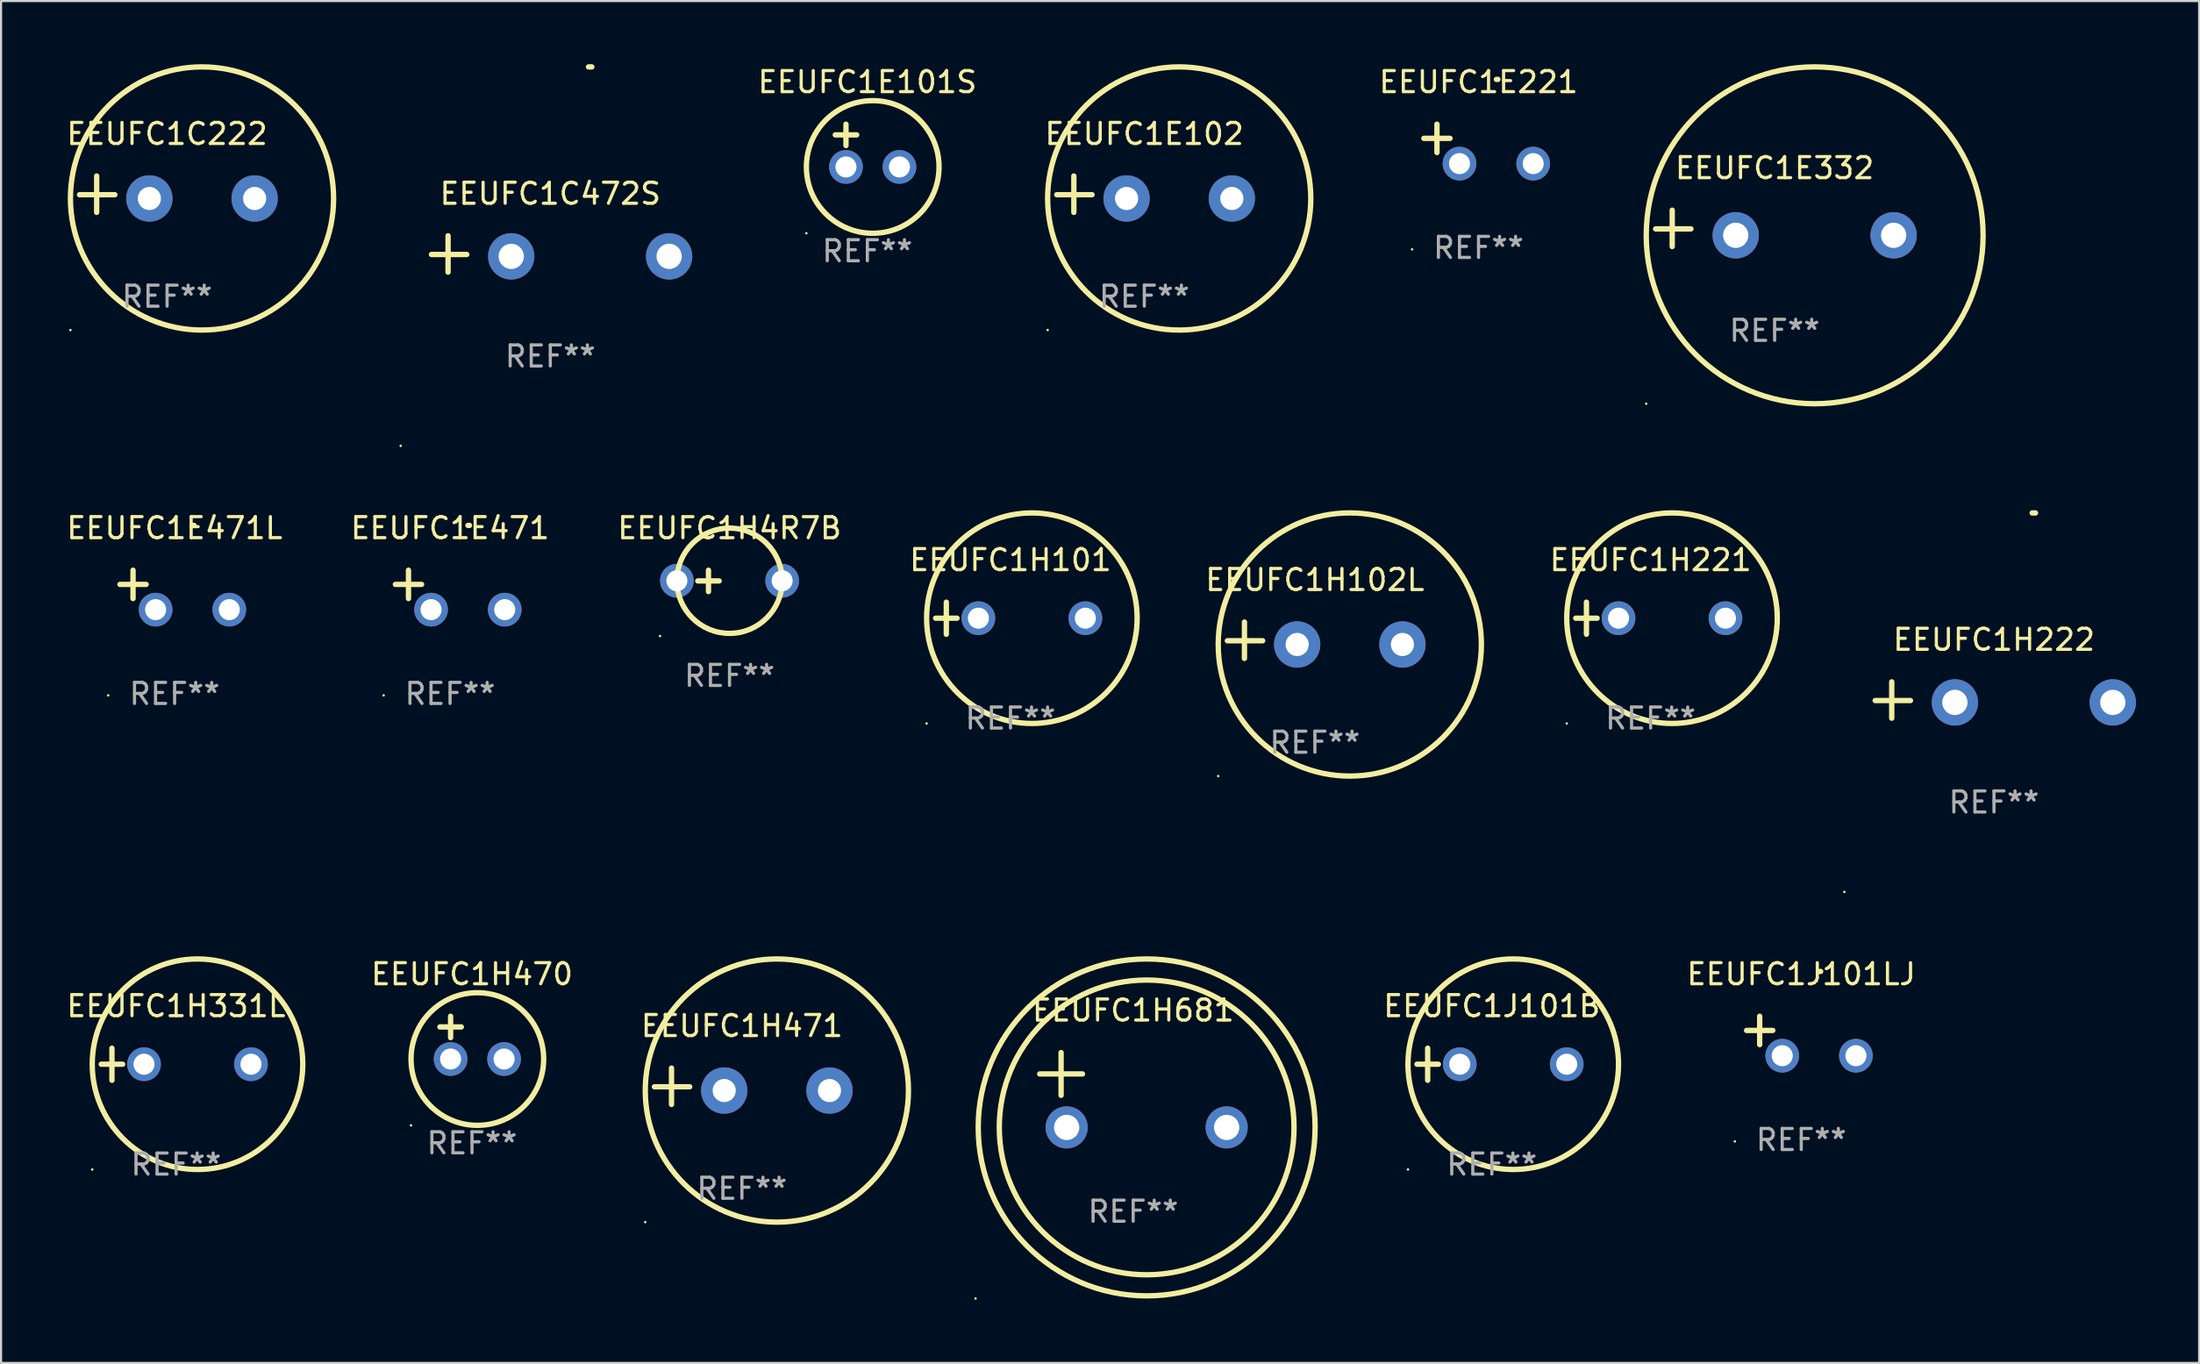
<source format=kicad_pcb>
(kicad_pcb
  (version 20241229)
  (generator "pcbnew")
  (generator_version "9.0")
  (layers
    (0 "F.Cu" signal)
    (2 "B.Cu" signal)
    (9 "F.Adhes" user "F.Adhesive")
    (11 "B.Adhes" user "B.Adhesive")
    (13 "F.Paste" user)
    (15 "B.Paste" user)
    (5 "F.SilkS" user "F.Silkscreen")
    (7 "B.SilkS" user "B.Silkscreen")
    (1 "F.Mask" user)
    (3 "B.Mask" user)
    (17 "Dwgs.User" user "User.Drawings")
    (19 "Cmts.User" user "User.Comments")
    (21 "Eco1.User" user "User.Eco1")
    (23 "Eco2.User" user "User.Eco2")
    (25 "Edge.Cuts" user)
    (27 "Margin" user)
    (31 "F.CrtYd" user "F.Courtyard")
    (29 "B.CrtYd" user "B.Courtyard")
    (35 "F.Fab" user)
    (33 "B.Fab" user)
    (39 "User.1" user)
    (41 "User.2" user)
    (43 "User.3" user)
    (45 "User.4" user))
  (footprint "EEUFC1E102"
    (layer "F.Cu")
    (at 51.302 6.174)
    (property "Reference" "EEUFC1E102" (at 0 -2.864 0) (layer "F.SilkS") (effects (font (size 1 1) (thickness 0.15))))
    (attr through_hole)
    (fp_line (start -3.346 0.864) (end -3.346 -0.864) (stroke (width 0.254) (type solid)) (layer "F.SilkS"))
    (fp_line (start -2.482 0.025) (end -4.158 0.025) (stroke (width 0.254) (type solid)) (layer "F.SilkS"))
    (fp_circle (center -4.592 6.453) (end -4.562 6.453) (stroke (width 0.06) (type solid)) (fill no) (layer "F.SilkS"))
    (fp_circle (center 1.658 0.203) (end 7.908 0.203) (stroke (width 0.254) (type solid)) (fill no) (layer "F.SilkS"))
    (fp_text user "REF**" (at 0 4.864 0) (layer "F.Fab") (effects (font (size 1 1) (thickness 0.15))))
    (pad "1" thru_hole circle (at -0.842 0.203) (size 2.2 2.2) (drill 1.1) (layers "*.Cu" "*.Mask"))
    (pad "2" thru_hole circle (at 4.158 0.203) (size 2.2 2.2) (drill 1.1) (layers "*.Cu" "*.Mask")))
  (footprint "EEUFC1E332"
    (layer "F.Cu")
    (at 81.241 7.797)
    (property "Reference" "EEUFC1E332" (at 0 -2.864 0) (layer "F.SilkS") (effects (font (size 1 1) (thickness 0.15))))
    (attr through_hole)
    (fp_line (start -4.864 0.864) (end -4.864 -0.864) (stroke (width 0.254) (type solid)) (layer "F.SilkS"))
    (fp_line (start -3.975 0.025) (end -5.652 0.025) (stroke (width 0.254) (type solid)) (layer "F.SilkS"))
    (fp_circle (center -6.098 8.33) (end -6.068 8.33) (stroke (width 0.06) (type solid)) (fill no) (layer "F.SilkS"))
    (fp_circle (center 1.902 0.33) (end 9.902 0.33) (stroke (width 0.254) (type solid)) (fill no) (layer "F.SilkS"))
    (fp_text user "REF**" (at 0 4.864 0) (layer "F.Fab") (effects (font (size 1 1) (thickness 0.15))))
    (pad "1" thru_hole circle (at -1.848 0.33) (size 2.2 2.2) (drill 1.2) (layers "*.Cu" "*.Mask"))
    (pad "2" thru_hole circle (at 5.652 0.33) (size 2.2 2.2) (drill 1.2) (layers "*.Cu" "*.Mask")))
  (footprint "EEUFC1E101S"
    (layer "F.Cu")
    (at 38.148 3.864)
    (property "Reference" "EEUFC1E101S" (at 0 -3.016 0) (layer "F.SilkS") (effects (font (size 1 1) (thickness 0.15))))
    (attr through_hole)
    (fp_line (start -1.524 -0.508) (end -0.508 -0.508) (stroke (width 0.254) (type solid)) (layer "F.SilkS"))
    (fp_line (start -1.016 -1.016) (end -1.016 0) (stroke (width 0.254) (type solid)) (layer "F.SilkS"))
    (fp_circle (center -2.896 4.166) (end -2.866 4.166) (stroke (width 0.06) (type solid)) (fill no) (layer "F.SilkS"))
    (fp_circle (center 0.254 1.016) (end 3.404 1.016) (stroke (width 0.254) (type solid)) (fill no) (layer "F.SilkS"))
    (fp_text user "REF**" (at 0 5.016 0) (layer "F.Fab") (effects (font (size 1 1) (thickness 0.15))))
    (pad "1" thru_hole circle (at -1.016 1.016) (size 1.6 1.6) (drill 1) (layers "*.Cu" "*.Mask"))
    (pad "2" thru_hole circle (at 1.524 1.016) (size 1.6 1.6) (drill 1) (layers "*.Cu" "*.Mask")))
  (footprint "EEUFC1H470"
    (layer "F.Cu")
    (at 19.369 46.237)
    (property "Reference" "EEUFC1H470" (at 0 -3.016 0) (layer "F.SilkS") (effects (font (size 1 1) (thickness 0.15))))
    (attr through_hole)
    (fp_line (start -1.524 -0.508) (end -0.508 -0.508) (stroke (width 0.254) (type solid)) (layer "F.SilkS"))
    (fp_line (start -1.016 -1.016) (end -1.016 0) (stroke (width 0.254) (type solid)) (layer "F.SilkS"))
    (fp_circle (center -2.896 4.166) (end -2.866 4.166) (stroke (width 0.06) (type solid)) (fill no) (layer "F.SilkS"))
    (fp_circle (center 0.254 1.016) (end 3.404 1.016) (stroke (width 0.254) (type solid)) (fill no) (layer "F.SilkS"))
    (fp_text user "REF**" (at 0 5.016 0) (layer "F.Fab") (effects (font (size 1 1) (thickness 0.15))))
    (pad "1" thru_hole circle (at -1.016 1.016) (size 1.6 1.6) (drill 1) (layers "*.Cu" "*.Mask"))
    (pad "2" thru_hole circle (at 1.524 1.016) (size 1.6 1.6) (drill 1) (layers "*.Cu" "*.Mask")))
  (footprint "EEUFC1H221"
    (layer "F.Cu")
    (at 75.351 26.314)
    (property "Reference" "EEUFC1H221" (at 0 -2.762 0) (layer "F.SilkS") (effects (font (size 1 1) (thickness 0.15))))
    (attr through_hole)
    (fp_line (start -3.556 0) (end -2.54 0) (stroke (width 0.254) (type solid)) (layer "F.SilkS"))
    (fp_line (start -3.048 -0.762) (end -3.048 0.762) (stroke (width 0.254) (type solid)) (layer "F.SilkS"))
    (fp_circle (center -3.984 5) (end -3.954 5) (stroke (width 0.06) (type solid)) (fill no) (layer "F.SilkS"))
    (fp_circle (center 1.016 0) (end 6.016 0) (stroke (width 0.254) (type solid)) (fill no) (layer "F.SilkS"))
    (fp_text user "REF**" (at 0 4.762 0) (layer "F.Fab") (effects (font (size 1 1) (thickness 0.15))))
    (pad "1" thru_hole circle (at -1.524 0) (size 1.6 1.6) (drill 1) (layers "*.Cu" "*.Mask"))
    (pad "2" thru_hole circle (at 3.556 0) (size 1.6 1.6) (drill 1) (layers "*.Cu" "*.Mask")))
  (footprint "EEUFC1H102L"
    (layer "F.Cu")
    (at 59.405 27.36)
    (property "Reference" "EEUFC1H102L" (at 0 -2.864 0) (layer "F.SilkS") (effects (font (size 1 1) (thickness 0.15))))
    (attr through_hole)
    (fp_line (start -3.346 0.864) (end -3.346 -0.864) (stroke (width 0.254) (type solid)) (layer "F.SilkS"))
    (fp_line (start -2.482 0.025) (end -4.158 0.025) (stroke (width 0.254) (type solid)) (layer "F.SilkS"))
    (fp_circle (center -4.592 6.453) (end -4.562 6.453) (stroke (width 0.06) (type solid)) (fill no) (layer "F.SilkS"))
    (fp_circle (center 1.658 0.203) (end 7.908 0.203) (stroke (width 0.254) (type solid)) (fill no) (layer "F.SilkS"))
    (fp_text user "REF**" (at 0 4.864 0) (layer "F.Fab") (effects (font (size 1 1) (thickness 0.15))))
    (pad "1" thru_hole circle (at -0.842 0.203) (size 2.2 2.2) (drill 1.1) (layers "*.Cu" "*.Mask"))
    (pad "2" thru_hole circle (at 4.158 0.203) (size 2.2 2.2) (drill 1.1) (layers "*.Cu" "*.Mask")))
  (footprint "EEUFC1H331L"
    (layer "F.Cu")
    (at 5.315 47.5)
    (property "Reference" "EEUFC1H331L" (at 0 -2.762 0) (layer "F.SilkS") (effects (font (size 1 1) (thickness 0.15))))
    (attr through_hole)
    (fp_line (start -3.556 0) (end -2.54 0) (stroke (width 0.254) (type solid)) (layer "F.SilkS"))
    (fp_line (start -3.048 -0.762) (end -3.048 0.762) (stroke (width 0.254) (type solid)) (layer "F.SilkS"))
    (fp_circle (center -3.984 5) (end -3.954 5) (stroke (width 0.06) (type solid)) (fill no) (layer "F.SilkS"))
    (fp_circle (center 1.016 0) (end 6.016 0) (stroke (width 0.254) (type solid)) (fill no) (layer "F.SilkS"))
    (fp_text user "REF**" (at 0 4.762 0) (layer "F.Fab") (effects (font (size 1 1) (thickness 0.15))))
    (pad "1" thru_hole circle (at -1.524 0) (size 1.6 1.6) (drill 1) (layers "*.Cu" "*.Mask"))
    (pad "2" thru_hole circle (at 3.556 0) (size 1.6 1.6) (drill 1) (layers "*.Cu" "*.Mask")))
  (footprint "EEUFC1E471L"
    (layer "F.Cu")
    (at 5.244 24.971)
    (property "Reference" "EEUFC1E471L" (at 0 -2.937 0) (layer "F.SilkS") (effects (font (size 1 1) (thickness 0.15))))
    (attr through_hole)
    (fp_line (start -1.975 0.41) (end -1.975 -0.937) (stroke (width 0.254) (type solid)) (layer "F.SilkS"))
    (fp_line (start -1.353 -0.263) (end -2.597 -0.263) (stroke (width 0.254) (type solid)) (layer "F.SilkS"))
    (fp_arc (start 0.849809 -3.063957) (mid 0.885369 -3.064114) (end 0.920929 -3.063957) (stroke (width 0.254001) (type solid)) (layer "F.SilkS"))
    (fp_circle (center -3.154 5.008) (end -3.124 5.008) (stroke (width 0.06) (type solid)) (fill no) (layer "F.SilkS"))
    (fp_text user "REF**" (at 0 4.937 0) (layer "F.Fab") (effects (font (size 1 1) (thickness 0.15))))
    (pad "1" thru_hole circle (at -0.903 0.937) (size 1.6 1.6) (drill 1) (layers "*.Cu" "*.Mask"))
    (pad "2" thru_hole circle (at 2.597 0.937) (size 1.6 1.6) (drill 1) (layers "*.Cu" "*.Mask")))
  (footprint "EEUFC1C222"
    (layer "F.Cu")
    (at 4.887 6.174)
    (property "Reference" "EEUFC1C222" (at 0 -2.864 0) (layer "F.SilkS") (effects (font (size 1 1) (thickness 0.15))))
    (attr through_hole)
    (fp_line (start -3.346 0.864) (end -3.346 -0.864) (stroke (width 0.254) (type solid)) (layer "F.SilkS"))
    (fp_line (start -2.482 0.025) (end -4.158 0.025) (stroke (width 0.254) (type solid)) (layer "F.SilkS"))
    (fp_circle (center -4.592 6.453) (end -4.562 6.453) (stroke (width 0.06) (type solid)) (fill no) (layer "F.SilkS"))
    (fp_circle (center 1.658 0.203) (end 7.908 0.203) (stroke (width 0.254) (type solid)) (fill no) (layer "F.SilkS"))
    (fp_text user "REF**" (at 0 4.864 0) (layer "F.Fab") (effects (font (size 1 1) (thickness 0.15))))
    (pad "1" thru_hole circle (at -0.842 0.203) (size 2.2 2.2) (drill 1.1) (layers "*.Cu" "*.Mask"))
    (pad "2" thru_hole circle (at 4.158 0.203) (size 2.2 2.2) (drill 1.1) (layers "*.Cu" "*.Mask")))
  (footprint "EEUFC1J101B"
    (layer "F.Cu")
    (at 67.81 47.5)
    (property "Reference" "EEUFC1J101B" (at 0 -2.762 0) (layer "F.SilkS") (effects (font (size 1 1) (thickness 0.15))))
    (attr through_hole)
    (fp_line (start -3.556 0) (end -2.54 0) (stroke (width 0.254) (type solid)) (layer "F.SilkS"))
    (fp_line (start -3.048 -0.762) (end -3.048 0.762) (stroke (width 0.254) (type solid)) (layer "F.SilkS"))
    (fp_circle (center -3.984 5) (end -3.954 5) (stroke (width 0.06) (type solid)) (fill no) (layer "F.SilkS"))
    (fp_circle (center 1.016 0) (end 6.016 0) (stroke (width 0.254) (type solid)) (fill no) (layer "F.SilkS"))
    (fp_text user "REF**" (at 0 4.762 0) (layer "F.Fab") (effects (font (size 1 1) (thickness 0.15))))
    (pad "1" thru_hole circle (at -1.524 0) (size 1.6 1.6) (drill 1) (layers "*.Cu" "*.Mask"))
    (pad "2" thru_hole circle (at 3.556 0) (size 1.6 1.6) (drill 1) (layers "*.Cu" "*.Mask")))
  (footprint "EEUFC1C472S"
    (layer "F.Cu")
    (at 23.088 9.013)
    (property "Reference" "EEUFC1C472S" (at 0 -2.864 0) (layer "F.SilkS") (effects (font (size 1 1) (thickness 0.15))))
    (attr through_hole)
    (fp_line (start -4.856 0.864) (end -4.856 -0.864) (stroke (width 0.254) (type solid)) (layer "F.SilkS"))
    (fp_line (start -3.967 0.025) (end -5.644 0.025) (stroke (width 0.254) (type solid)) (layer "F.SilkS"))
    (fp_arc (start 1.815024 -8.885649) (mid 1.893764 -8.88599) (end 1.972504 -8.885649) (stroke (width 0.254001) (type solid)) (layer "F.SilkS"))
    (fp_circle (center -7.106 9.114) (end -7.076 9.114) (stroke (width 0.06) (type solid)) (fill no) (layer "F.SilkS"))
    (fp_text user "REF**" (at 0 4.864 0) (layer "F.Fab") (effects (font (size 1 1) (thickness 0.15))))
    (pad "1" thru_hole circle (at -1.856 0.114) (size 2.2 2.2) (drill 1.2) (layers "*.Cu" "*.Mask"))
    (pad "2" thru_hole circle (at 5.644 0.114) (size 2.2 2.2) (drill 1.2) (layers "*.Cu" "*.Mask")))
  (footprint "EEUFC1H101"
    (layer "F.Cu")
    (at 44.946 26.314)
    (property "Reference" "EEUFC1H101" (at 0 -2.762 0) (layer "F.SilkS") (effects (font (size 1 1) (thickness 0.15))))
    (attr through_hole)
    (fp_line (start -3.556 0) (end -2.54 0) (stroke (width 0.254) (type solid)) (layer "F.SilkS"))
    (fp_line (start -3.048 -0.762) (end -3.048 0.762) (stroke (width 0.254) (type solid)) (layer "F.SilkS"))
    (fp_circle (center -3.984 5) (end -3.954 5) (stroke (width 0.06) (type solid)) (fill no) (layer "F.SilkS"))
    (fp_circle (center 1.016 0) (end 6.016 0) (stroke (width 0.254) (type solid)) (fill no) (layer "F.SilkS"))
    (fp_text user "REF**" (at 0 4.762 0) (layer "F.Fab") (effects (font (size 1 1) (thickness 0.15))))
    (pad "1" thru_hole circle (at -1.524 0) (size 1.6 1.6) (drill 1) (layers "*.Cu" "*.Mask"))
    (pad "2" thru_hole circle (at 3.556 0) (size 1.6 1.6) (drill 1) (layers "*.Cu" "*.Mask")))
  (footprint "EEUFC1J101LJ"
    (layer "F.Cu")
    (at 82.506 46.158)
    (property "Reference" "EEUFC1J101LJ" (at 0 -2.937 0) (layer "F.SilkS") (effects (font (size 1 1) (thickness 0.15))))
    (attr through_hole)
    (fp_line (start -1.975 0.41) (end -1.975 -0.937) (stroke (width 0.254) (type solid)) (layer "F.SilkS"))
    (fp_line (start -1.353 -0.263) (end -2.597 -0.263) (stroke (width 0.254) (type solid)) (layer "F.SilkS"))
    (fp_arc (start 0.849809 -3.063957) (mid 0.885369 -3.064114) (end 0.920929 -3.063957) (stroke (width 0.254001) (type solid)) (layer "F.SilkS"))
    (fp_circle (center -3.154 5.008) (end -3.124 5.008) (stroke (width 0.06) (type solid)) (fill no) (layer "F.SilkS"))
    (fp_text user "REF**" (at 0 4.937 0) (layer "F.Fab") (effects (font (size 1 1) (thickness 0.15))))
    (pad "1" thru_hole circle (at -0.903 0.937) (size 1.6 1.6) (drill 1) (layers "*.Cu" "*.Mask"))
    (pad "2" thru_hole circle (at 2.597 0.937) (size 1.6 1.6) (drill 1) (layers "*.Cu" "*.Mask")))
  (footprint "EEUFC1E221"
    (layer "F.Cu")
    (at 67.177 3.785)
    (property "Reference" "EEUFC1E221" (at 0 -2.937 0) (layer "F.SilkS") (effects (font (size 1 1) (thickness 0.15))))
    (attr through_hole)
    (fp_line (start -1.975 0.41) (end -1.975 -0.937) (stroke (width 0.254) (type solid)) (layer "F.SilkS"))
    (fp_line (start -1.353 -0.263) (end -2.597 -0.263) (stroke (width 0.254) (type solid)) (layer "F.SilkS"))
    (fp_arc (start 0.849809 -3.063957) (mid 0.885369 -3.064114) (end 0.920929 -3.063957) (stroke (width 0.254001) (type solid)) (layer "F.SilkS"))
    (fp_circle (center -3.154 5.008) (end -3.124 5.008) (stroke (width 0.06) (type solid)) (fill no) (layer "F.SilkS"))
    (fp_text user "REF**" (at 0 4.937 0) (layer "F.Fab") (effects (font (size 1 1) (thickness 0.15))))
    (pad "1" thru_hole circle (at -0.903 0.937) (size 1.6 1.6) (drill 1) (layers "*.Cu" "*.Mask"))
    (pad "2" thru_hole circle (at 2.597 0.937) (size 1.6 1.6) (drill 1) (layers "*.Cu" "*.Mask")))
  (footprint "EEUFC1E471"
    (layer "F.Cu")
    (at 18.327 24.971)
    (property "Reference" "EEUFC1E471" (at 0 -2.937 0) (layer "F.SilkS") (effects (font (size 1 1) (thickness 0.15))))
    (attr through_hole)
    (fp_line (start -1.975 0.41) (end -1.975 -0.937) (stroke (width 0.254) (type solid)) (layer "F.SilkS"))
    (fp_line (start -1.353 -0.263) (end -2.597 -0.263) (stroke (width 0.254) (type solid)) (layer "F.SilkS"))
    (fp_arc (start 0.849809 -3.063957) (mid 0.885369 -3.064114) (end 0.920929 -3.063957) (stroke (width 0.254001) (type solid)) (layer "F.SilkS"))
    (fp_circle (center -3.154 5.008) (end -3.124 5.008) (stroke (width 0.06) (type solid)) (fill no) (layer "F.SilkS"))
    (fp_text user "REF**" (at 0 4.937 0) (layer "F.Fab") (effects (font (size 1 1) (thickness 0.15))))
    (pad "1" thru_hole circle (at -0.903 0.937) (size 1.6 1.6) (drill 1) (layers "*.Cu" "*.Mask"))
    (pad "2" thru_hole circle (at 2.597 0.937) (size 1.6 1.6) (drill 1) (layers "*.Cu" "*.Mask")))
  (footprint "EEUFC1H681"
    (layer "F.Cu")
    (at 50.774 48.723)
    (property "Reference" "EEUFC1H681" (at 0 -3.778 0) (layer "F.SilkS") (effects (font (size 1 1) (thickness 0.15))))
    (attr through_hole)
    (fp_line (start -4.44 -0.762) (end -2.408 -0.762) (stroke (width 0.254) (type solid)) (layer "F.SilkS"))
    (fp_line (start -3.424 -1.778) (end -3.424 0.254) (stroke (width 0.254) (type solid)) (layer "F.SilkS"))
    (fp_circle (center -7.488 9.906) (end -7.458 9.906) (stroke (width 0.06) (type solid)) (fill no) (layer "F.SilkS"))
    (fp_circle (center 0.64 1.778) (end 7.64 1.778) (stroke (width 0.254) (type solid)) (fill no) (layer "F.SilkS"))
    (fp_circle (center 0.64 1.778) (end 8.641 1.778) (stroke (width 0.254) (type solid)) (fill no) (layer "F.SilkS"))
    (fp_text user "REF**" (at 0 5.778 0) (layer "F.Fab") (effects (font (size 1 1) (thickness 0.15))))
    (pad "1" thru_hole circle (at -3.16 1.778) (size 2 2) (drill 1.2) (layers "*.Cu" "*.Mask"))
    (pad "2" thru_hole circle (at 4.44 1.778) (size 2 2) (drill 1.2) (layers "*.Cu" "*.Mask")))
  (footprint "EEUFC1H222"
    (layer "F.Cu")
    (at 91.66 30.2)
    (property "Reference" "EEUFC1H222" (at 0 -2.864 0) (layer "F.SilkS") (effects (font (size 1 1) (thickness 0.15))))
    (attr through_hole)
    (fp_line (start -4.856 0.864) (end -4.856 -0.864) (stroke (width 0.254) (type solid)) (layer "F.SilkS"))
    (fp_line (start -3.967 0.025) (end -5.644 0.025) (stroke (width 0.254) (type solid)) (layer "F.SilkS"))
    (fp_arc (start 1.815024 -8.885649) (mid 1.893764 -8.88599) (end 1.972504 -8.885649) (stroke (width 0.254001) (type solid)) (layer "F.SilkS"))
    (fp_circle (center -7.106 9.114) (end -7.076 9.114) (stroke (width 0.06) (type solid)) (fill no) (layer "F.SilkS"))
    (fp_text user "REF**" (at 0 4.864 0) (layer "F.Fab") (effects (font (size 1 1) (thickness 0.15))))
    (pad "1" thru_hole circle (at -1.856 0.114) (size 2.2 2.2) (drill 1.2) (layers "*.Cu" "*.Mask"))
    (pad "2" thru_hole circle (at 5.644 0.114) (size 2.2 2.2) (drill 1.2) (layers "*.Cu" "*.Mask")))
  (footprint "EEUFC1H4R7B"
    (layer "F.Cu")
    (at 31.601 24.543)
    (property "Reference" "EEUFC1H4R7B" (at 0 -2.508 0) (layer "F.SilkS") (effects (font (size 1 1) (thickness 0.15))))
    (attr through_hole)
    (fp_line (start -1.508 0) (end -0.492 0) (stroke (width 0.254) (type solid)) (layer "F.SilkS"))
    (fp_line (start -1 -0.508) (end -1 0.508) (stroke (width 0.254) (type solid)) (layer "F.SilkS"))
    (fp_circle (center -3.3 2.619) (end -3.27 2.619) (stroke (width 0.06) (type solid)) (fill no) (layer "F.SilkS"))
    (fp_circle (center -0.000127 -0.008) (end 2.5 -0.008) (stroke (width 0.254) (type solid)) (fill no) (layer "F.SilkS"))
    (fp_text user "REF**" (at 0 4.508 0) (layer "F.Fab") (effects (font (size 1 1) (thickness 0.15))))
    (pad "1" thru_hole circle (at -2.5 -0.008) (size 1.6 1.6) (drill 1) (layers "*.Cu" "*.Mask"))
    (pad "2" thru_hole circle (at 2.5 -0.008) (size 1.6 1.6) (drill 1) (layers "*.Cu" "*.Mask")))
  (footprint "EEUFC1H471"
    (layer "F.Cu")
    (at 32.191 48.547)
    (property "Reference" "EEUFC1H471" (at 0 -2.864 0) (layer "F.SilkS") (effects (font (size 1 1) (thickness 0.15))))
    (attr through_hole)
    (fp_line (start -3.346 0.864) (end -3.346 -0.864) (stroke (width 0.254) (type solid)) (layer "F.SilkS"))
    (fp_line (start -2.482 0.025) (end -4.158 0.025) (stroke (width 0.254) (type solid)) (layer "F.SilkS"))
    (fp_circle (center -4.592 6.453) (end -4.562 6.453) (stroke (width 0.06) (type solid)) (fill no) (layer "F.SilkS"))
    (fp_circle (center 1.658 0.203) (end 7.908 0.203) (stroke (width 0.254) (type solid)) (fill no) (layer "F.SilkS"))
    (fp_text user "REF**" (at 0 4.864 0) (layer "F.Fab") (effects (font (size 1 1) (thickness 0.15))))
    (pad "1" thru_hole circle (at -0.842 0.203) (size 2.2 2.2) (drill 1.1) (layers "*.Cu" "*.Mask"))
    (pad "2" thru_hole circle (at 4.158 0.203) (size 2.2 2.2) (drill 1.1) (layers "*.Cu" "*.Mask")))
  (gr_rect
    (start -3 -3)
    (end 101.404 61.689)
    (stroke (width 0.1) (type default))
    (fill no)
    (layer "Edge.Cuts")))
</source>
